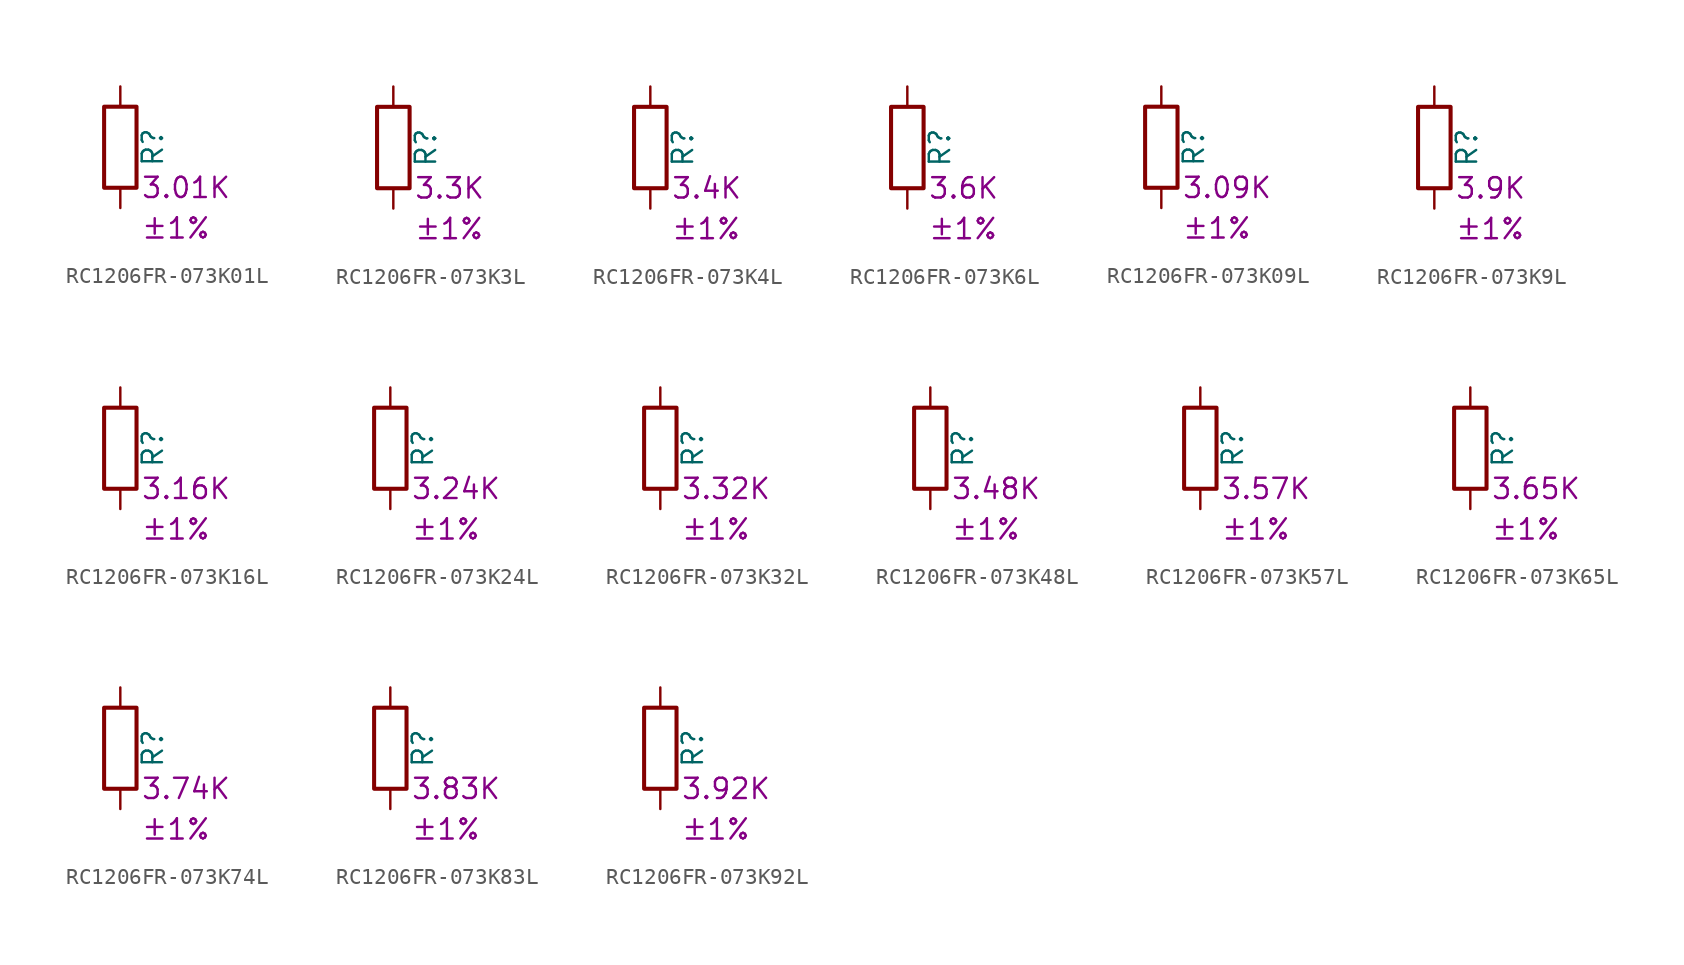
<source format=kicad_sym>
(kicad_symbol_lib
  (version 20220914)
  (generator kicad_symbol_editor)
  (symbol "RC1206FR-073K01L"
    (pin_numbers hide)
    (pin_names
      (offset 0))
    (property "Reference" "R"
      (at 2.032 0 90)
      (effects (font (size 1.27 1.27))))
    (property "Resistance" "3.01K"
      (at 1.27 -2.54 0)
      (effects (font (size 1.27 1.27)) (justify left)))
    (property "Tolerance" "±1%"
      (at 1.27 -5.08 0)
      (effects (font (size 1.27 1.27)) (justify left)))
    (symbol "RC1206FR-073K01L_0_1"
      (rectangle (start -1.016 -2.54) (end 1.016 2.54) (stroke (width 0.254) (type default)) (fill (type none))))
    (symbol "RC1206FR-073K01L_1_1"
      (pin passive line (at 0 3.81 270) (length 1.27) (name "~" (effects (font (size 1.27 1.27)))) (number "1" (effects (font (size 1.27 1.27)))))
      (pin passive line (at 0 -3.81 90) (length 1.27) (name "~" (effects (font (size 1.27 1.27)))) (number "2" (effects (font (size 1.27 1.27)))))))
  (symbol "RC1206FR-073K3L"
    (pin_numbers hide)
    (pin_names
      (offset 0))
    (property "Reference" "R"
      (at 2.032 0 90)
      (effects (font (size 1.27 1.27))))
    (property "Resistance" "3.3K"
      (at 1.27 -2.54 0)
      (effects (font (size 1.27 1.27)) (justify left)))
    (property "Tolerance" "±1%"
      (at 1.27 -5.08 0)
      (effects (font (size 1.27 1.27)) (justify left)))
    (symbol "RC1206FR-073K3L_0_1"
      (rectangle (start -1.016 -2.54) (end 1.016 2.54) (stroke (width 0.254) (type default)) (fill (type none))))
    (symbol "RC1206FR-073K3L_1_1"
      (pin passive line (at 0 3.81 270) (length 1.27) (name "~" (effects (font (size 1.27 1.27)))) (number "1" (effects (font (size 1.27 1.27)))))
      (pin passive line (at 0 -3.81 90) (length 1.27) (name "~" (effects (font (size 1.27 1.27)))) (number "2" (effects (font (size 1.27 1.27)))))))
  (symbol "RC1206FR-073K4L"
    (pin_numbers hide)
    (pin_names
      (offset 0))
    (property "Reference" "R"
      (at 2.032 0 90)
      (effects (font (size 1.27 1.27))))
    (property "Resistance" "3.4K"
      (at 1.27 -2.54 0)
      (effects (font (size 1.27 1.27)) (justify left)))
    (property "Tolerance" "±1%"
      (at 1.27 -5.08 0)
      (effects (font (size 1.27 1.27)) (justify left)))
    (symbol "RC1206FR-073K4L_0_1"
      (rectangle (start -1.016 -2.54) (end 1.016 2.54) (stroke (width 0.254) (type default)) (fill (type none))))
    (symbol "RC1206FR-073K4L_1_1"
      (pin passive line (at 0 3.81 270) (length 1.27) (name "~" (effects (font (size 1.27 1.27)))) (number "1" (effects (font (size 1.27 1.27)))))
      (pin passive line (at 0 -3.81 90) (length 1.27) (name "~" (effects (font (size 1.27 1.27)))) (number "2" (effects (font (size 1.27 1.27)))))))
  (symbol "RC1206FR-073K6L"
    (pin_numbers hide)
    (pin_names
      (offset 0))
    (property "Reference" "R"
      (at 2.032 0 90)
      (effects (font (size 1.27 1.27))))
    (property "Resistance" "3.6K"
      (at 1.27 -2.54 0)
      (effects (font (size 1.27 1.27)) (justify left)))
    (property "Tolerance" "±1%"
      (at 1.27 -5.08 0)
      (effects (font (size 1.27 1.27)) (justify left)))
    (symbol "RC1206FR-073K6L_0_1"
      (rectangle (start -1.016 -2.54) (end 1.016 2.54) (stroke (width 0.254) (type default)) (fill (type none))))
    (symbol "RC1206FR-073K6L_1_1"
      (pin passive line (at 0 3.81 270) (length 1.27) (name "~" (effects (font (size 1.27 1.27)))) (number "1" (effects (font (size 1.27 1.27)))))
      (pin passive line (at 0 -3.81 90) (length 1.27) (name "~" (effects (font (size 1.27 1.27)))) (number "2" (effects (font (size 1.27 1.27)))))))
  (symbol "RC1206FR-073K09L"
    (pin_numbers hide)
    (pin_names
      (offset 0))
    (property "Reference" "R"
      (at 2.032 0 90)
      (effects (font (size 1.27 1.27))))
    (property "Resistance" "3.09K"
      (at 1.27 -2.54 0)
      (effects (font (size 1.27 1.27)) (justify left)))
    (property "Tolerance" "±1%"
      (at 1.27 -5.08 0)
      (effects (font (size 1.27 1.27)) (justify left)))
    (symbol "RC1206FR-073K09L_0_1"
      (rectangle (start -1.016 -2.54) (end 1.016 2.54) (stroke (width 0.254) (type default)) (fill (type none))))
    (symbol "RC1206FR-073K09L_1_1"
      (pin passive line (at 0 3.81 270) (length 1.27) (name "~" (effects (font (size 1.27 1.27)))) (number "1" (effects (font (size 1.27 1.27)))))
      (pin passive line (at 0 -3.81 90) (length 1.27) (name "~" (effects (font (size 1.27 1.27)))) (number "2" (effects (font (size 1.27 1.27)))))))
  (symbol "RC1206FR-073K9L"
    (pin_numbers hide)
    (pin_names
      (offset 0))
    (property "Reference" "R"
      (at 2.032 0 90)
      (effects (font (size 1.27 1.27))))
    (property "Resistance" "3.9K"
      (at 1.27 -2.54 0)
      (effects (font (size 1.27 1.27)) (justify left)))
    (property "Tolerance" "±1%"
      (at 1.27 -5.08 0)
      (effects (font (size 1.27 1.27)) (justify left)))
    (symbol "RC1206FR-073K9L_0_1"
      (rectangle (start -1.016 -2.54) (end 1.016 2.54) (stroke (width 0.254) (type default)) (fill (type none))))
    (symbol "RC1206FR-073K9L_1_1"
      (pin passive line (at 0 3.81 270) (length 1.27) (name "~" (effects (font (size 1.27 1.27)))) (number "1" (effects (font (size 1.27 1.27)))))
      (pin passive line (at 0 -3.81 90) (length 1.27) (name "~" (effects (font (size 1.27 1.27)))) (number "2" (effects (font (size 1.27 1.27)))))))
  (symbol "RC1206FR-073K16L"
    (pin_numbers hide)
    (pin_names
      (offset 0))
    (property "Reference" "R"
      (at 2.032 0 90)
      (effects (font (size 1.27 1.27))))
    (property "Resistance" "3.16K"
      (at 1.27 -2.54 0)
      (effects (font (size 1.27 1.27)) (justify left)))
    (property "Tolerance" "±1%"
      (at 1.27 -5.08 0)
      (effects (font (size 1.27 1.27)) (justify left)))
    (symbol "RC1206FR-073K16L_0_1"
      (rectangle (start -1.016 -2.54) (end 1.016 2.54) (stroke (width 0.254) (type default)) (fill (type none))))
    (symbol "RC1206FR-073K16L_1_1"
      (pin passive line (at 0 3.81 270) (length 1.27) (name "~" (effects (font (size 1.27 1.27)))) (number "1" (effects (font (size 1.27 1.27)))))
      (pin passive line (at 0 -3.81 90) (length 1.27) (name "~" (effects (font (size 1.27 1.27)))) (number "2" (effects (font (size 1.27 1.27)))))))
  (symbol "RC1206FR-073K24L"
    (pin_numbers hide)
    (pin_names
      (offset 0))
    (property "Reference" "R"
      (at 2.032 0 90)
      (effects (font (size 1.27 1.27))))
    (property "Resistance" "3.24K"
      (at 1.27 -2.54 0)
      (effects (font (size 1.27 1.27)) (justify left)))
    (property "Tolerance" "±1%"
      (at 1.27 -5.08 0)
      (effects (font (size 1.27 1.27)) (justify left)))
    (symbol "RC1206FR-073K24L_0_1"
      (rectangle (start -1.016 -2.54) (end 1.016 2.54) (stroke (width 0.254) (type default)) (fill (type none))))
    (symbol "RC1206FR-073K24L_1_1"
      (pin passive line (at 0 3.81 270) (length 1.27) (name "~" (effects (font (size 1.27 1.27)))) (number "1" (effects (font (size 1.27 1.27)))))
      (pin passive line (at 0 -3.81 90) (length 1.27) (name "~" (effects (font (size 1.27 1.27)))) (number "2" (effects (font (size 1.27 1.27)))))))
  (symbol "RC1206FR-073K32L"
    (pin_numbers hide)
    (pin_names
      (offset 0))
    (property "Reference" "R"
      (at 2.032 0 90)
      (effects (font (size 1.27 1.27))))
    (property "Resistance" "3.32K"
      (at 1.27 -2.54 0)
      (effects (font (size 1.27 1.27)) (justify left)))
    (property "Tolerance" "±1%"
      (at 1.27 -5.08 0)
      (effects (font (size 1.27 1.27)) (justify left)))
    (symbol "RC1206FR-073K32L_0_1"
      (rectangle (start -1.016 -2.54) (end 1.016 2.54) (stroke (width 0.254) (type default)) (fill (type none))))
    (symbol "RC1206FR-073K32L_1_1"
      (pin passive line (at 0 3.81 270) (length 1.27) (name "~" (effects (font (size 1.27 1.27)))) (number "1" (effects (font (size 1.27 1.27)))))
      (pin passive line (at 0 -3.81 90) (length 1.27) (name "~" (effects (font (size 1.27 1.27)))) (number "2" (effects (font (size 1.27 1.27)))))))
  (symbol "RC1206FR-073K48L"
    (pin_numbers hide)
    (pin_names
      (offset 0))
    (property "Reference" "R"
      (at 2.032 0 90)
      (effects (font (size 1.27 1.27))))
    (property "Resistance" "3.48K"
      (at 1.27 -2.54 0)
      (effects (font (size 1.27 1.27)) (justify left)))
    (property "Tolerance" "±1%"
      (at 1.27 -5.08 0)
      (effects (font (size 1.27 1.27)) (justify left)))
    (symbol "RC1206FR-073K48L_0_1"
      (rectangle (start -1.016 -2.54) (end 1.016 2.54) (stroke (width 0.254) (type default)) (fill (type none))))
    (symbol "RC1206FR-073K48L_1_1"
      (pin passive line (at 0 3.81 270) (length 1.27) (name "~" (effects (font (size 1.27 1.27)))) (number "1" (effects (font (size 1.27 1.27)))))
      (pin passive line (at 0 -3.81 90) (length 1.27) (name "~" (effects (font (size 1.27 1.27)))) (number "2" (effects (font (size 1.27 1.27)))))))
  (symbol "RC1206FR-073K57L"
    (pin_numbers hide)
    (pin_names
      (offset 0))
    (property "Reference" "R"
      (at 2.032 0 90)
      (effects (font (size 1.27 1.27))))
    (property "Resistance" "3.57K"
      (at 1.27 -2.54 0)
      (effects (font (size 1.27 1.27)) (justify left)))
    (property "Tolerance" "±1%"
      (at 1.27 -5.08 0)
      (effects (font (size 1.27 1.27)) (justify left)))
    (symbol "RC1206FR-073K57L_0_1"
      (rectangle (start -1.016 -2.54) (end 1.016 2.54) (stroke (width 0.254) (type default)) (fill (type none))))
    (symbol "RC1206FR-073K57L_1_1"
      (pin passive line (at 0 3.81 270) (length 1.27) (name "~" (effects (font (size 1.27 1.27)))) (number "1" (effects (font (size 1.27 1.27)))))
      (pin passive line (at 0 -3.81 90) (length 1.27) (name "~" (effects (font (size 1.27 1.27)))) (number "2" (effects (font (size 1.27 1.27)))))))
  (symbol "RC1206FR-073K65L"
    (pin_numbers hide)
    (pin_names
      (offset 0))
    (property "Reference" "R"
      (at 2.032 0 90)
      (effects (font (size 1.27 1.27))))
    (property "Resistance" "3.65K"
      (at 1.27 -2.54 0)
      (effects (font (size 1.27 1.27)) (justify left)))
    (property "Tolerance" "±1%"
      (at 1.27 -5.08 0)
      (effects (font (size 1.27 1.27)) (justify left)))
    (symbol "RC1206FR-073K65L_0_1"
      (rectangle (start -1.016 -2.54) (end 1.016 2.54) (stroke (width 0.254) (type default)) (fill (type none))))
    (symbol "RC1206FR-073K65L_1_1"
      (pin passive line (at 0 3.81 270) (length 1.27) (name "~" (effects (font (size 1.27 1.27)))) (number "1" (effects (font (size 1.27 1.27)))))
      (pin passive line (at 0 -3.81 90) (length 1.27) (name "~" (effects (font (size 1.27 1.27)))) (number "2" (effects (font (size 1.27 1.27)))))))
  (symbol "RC1206FR-073K74L"
    (pin_numbers hide)
    (pin_names
      (offset 0))
    (property "Reference" "R"
      (at 2.032 0 90)
      (effects (font (size 1.27 1.27))))
    (property "Resistance" "3.74K"
      (at 1.27 -2.54 0)
      (effects (font (size 1.27 1.27)) (justify left)))
    (property "Tolerance" "±1%"
      (at 1.27 -5.08 0)
      (effects (font (size 1.27 1.27)) (justify left)))
    (symbol "RC1206FR-073K74L_0_1"
      (rectangle (start -1.016 -2.54) (end 1.016 2.54) (stroke (width 0.254) (type default)) (fill (type none))))
    (symbol "RC1206FR-073K74L_1_1"
      (pin passive line (at 0 3.81 270) (length 1.27) (name "~" (effects (font (size 1.27 1.27)))) (number "1" (effects (font (size 1.27 1.27)))))
      (pin passive line (at 0 -3.81 90) (length 1.27) (name "~" (effects (font (size 1.27 1.27)))) (number "2" (effects (font (size 1.27 1.27)))))))
  (symbol "RC1206FR-073K83L"
    (pin_numbers hide)
    (pin_names
      (offset 0))
    (property "Reference" "R"
      (at 2.032 0 90)
      (effects (font (size 1.27 1.27))))
    (property "Resistance" "3.83K"
      (at 1.27 -2.54 0)
      (effects (font (size 1.27 1.27)) (justify left)))
    (property "Tolerance" "±1%"
      (at 1.27 -5.08 0)
      (effects (font (size 1.27 1.27)) (justify left)))
    (symbol "RC1206FR-073K83L_0_1"
      (rectangle (start -1.016 -2.54) (end 1.016 2.54) (stroke (width 0.254) (type default)) (fill (type none))))
    (symbol "RC1206FR-073K83L_1_1"
      (pin passive line (at 0 3.81 270) (length 1.27) (name "~" (effects (font (size 1.27 1.27)))) (number "1" (effects (font (size 1.27 1.27)))))
      (pin passive line (at 0 -3.81 90) (length 1.27) (name "~" (effects (font (size 1.27 1.27)))) (number "2" (effects (font (size 1.27 1.27)))))))
  (symbol "RC1206FR-073K92L"
    (pin_numbers hide)
    (pin_names
      (offset 0))
    (property "Reference" "R"
      (at 2.032 0 90)
      (effects (font (size 1.27 1.27))))
    (property "Resistance" "3.92K"
      (at 1.27 -2.54 0)
      (effects (font (size 1.27 1.27)) (justify left)))
    (property "Tolerance" "±1%"
      (at 1.27 -5.08 0)
      (effects (font (size 1.27 1.27)) (justify left)))
    (symbol "RC1206FR-073K92L_0_1"
      (rectangle (start -1.016 -2.54) (end 1.016 2.54) (stroke (width 0.254) (type default)) (fill (type none))))
    (symbol "RC1206FR-073K92L_1_1"
      (pin passive line (at 0 3.81 270) (length 1.27) (name "~" (effects (font (size 1.27 1.27)))) (number "1" (effects (font (size 1.27 1.27)))))
      (pin passive line (at 0 -3.81 90) (length 1.27) (name "~" (effects (font (size 1.27 1.27)))) (number "2" (effects (font (size 1.27 1.27))))))))
</source>
